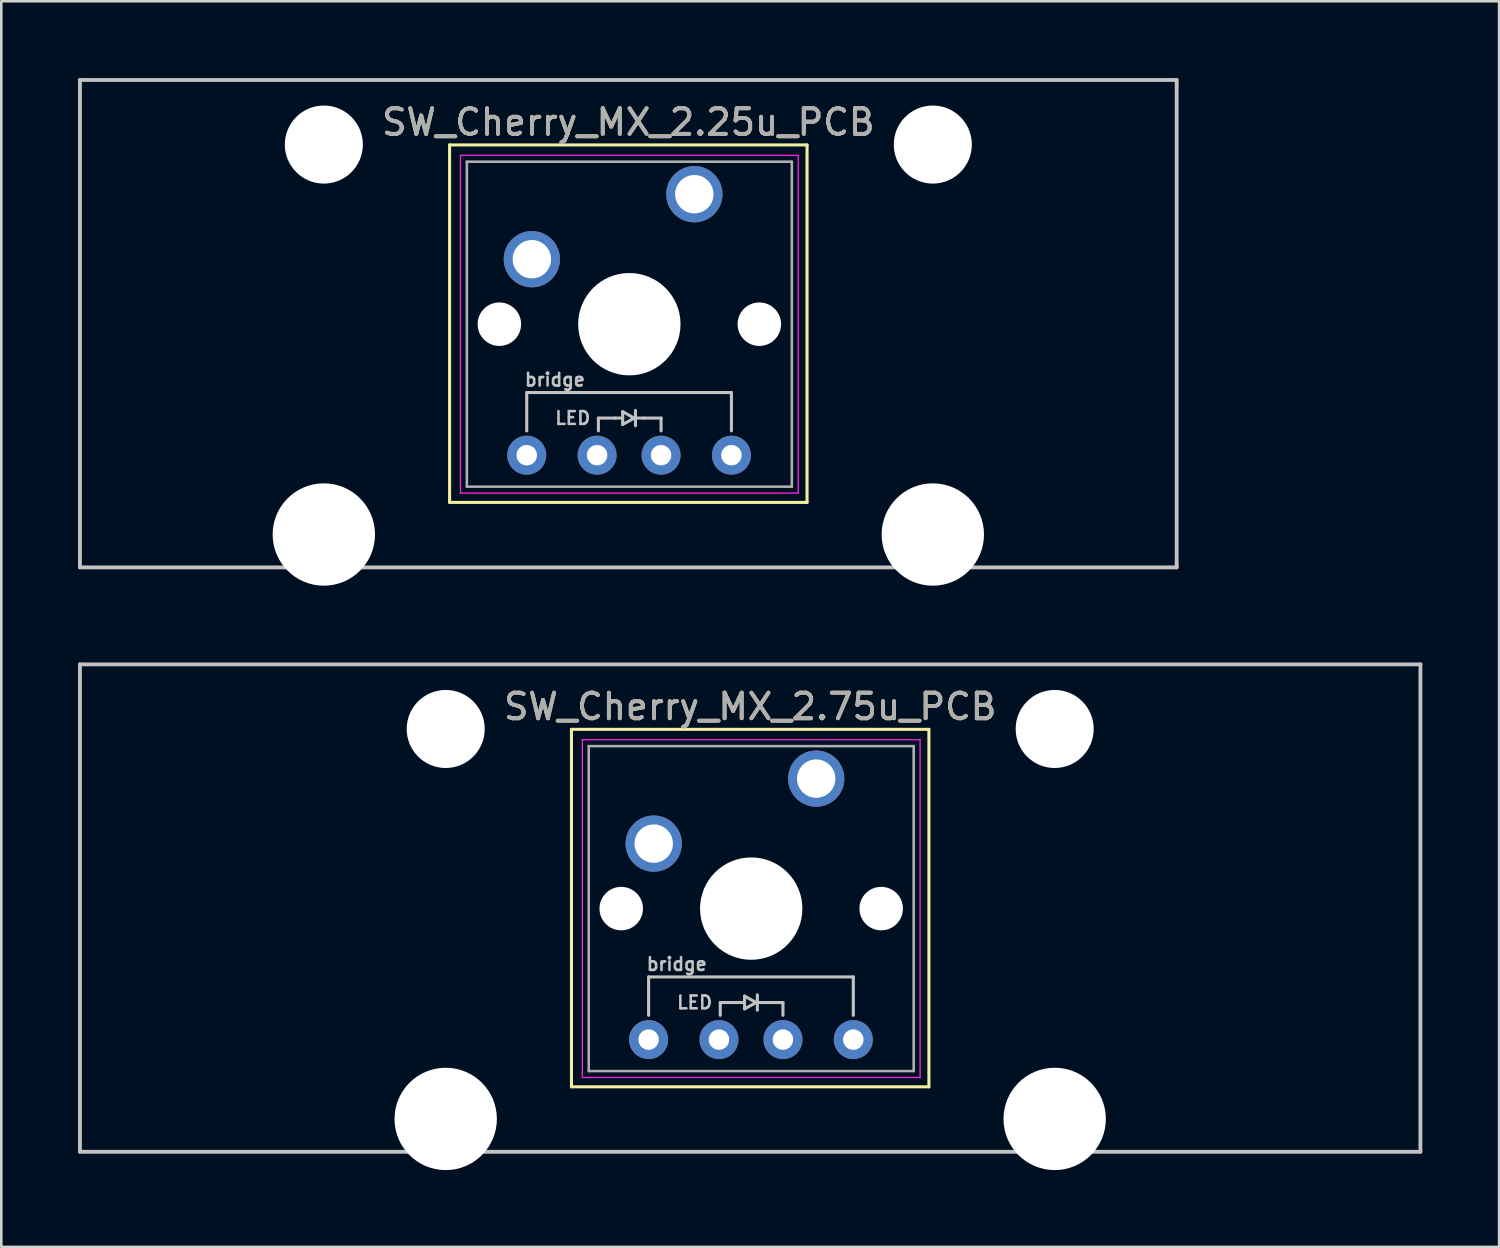
<source format=kicad_pcb>
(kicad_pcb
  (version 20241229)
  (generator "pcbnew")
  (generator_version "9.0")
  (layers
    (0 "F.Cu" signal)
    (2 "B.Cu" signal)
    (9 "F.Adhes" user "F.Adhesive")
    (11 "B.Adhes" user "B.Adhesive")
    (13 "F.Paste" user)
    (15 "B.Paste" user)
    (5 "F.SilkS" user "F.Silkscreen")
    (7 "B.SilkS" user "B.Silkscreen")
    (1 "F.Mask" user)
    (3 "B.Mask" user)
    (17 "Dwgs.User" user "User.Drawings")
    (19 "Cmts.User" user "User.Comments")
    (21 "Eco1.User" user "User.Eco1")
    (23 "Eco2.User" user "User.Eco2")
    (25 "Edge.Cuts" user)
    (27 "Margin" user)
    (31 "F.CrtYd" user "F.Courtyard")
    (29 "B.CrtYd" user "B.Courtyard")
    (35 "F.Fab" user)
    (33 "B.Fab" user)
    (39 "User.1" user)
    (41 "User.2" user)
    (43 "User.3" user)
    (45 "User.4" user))
  (footprint "SW_Cherry_MX_2.75u_PCB"
    (layer "F.Cu")
    (at 28.809 27.36)
    (property "Reference" "SW_Cherry_MX_2.75u_PCB" (at -2.54 -2.794 0) (layer "F.SilkS") (effects (font (size 1 1) (thickness 0.15))))
    (fp_line (start -9.525 -1.905) (end 4.445 -1.905) (stroke (width 0.12) (type solid)) (layer "F.SilkS"))
    (fp_line (start -9.525 12.065) (end -9.525 -1.905) (stroke (width 0.12) (type solid)) (layer "F.SilkS"))
    (fp_line (start 4.445 -1.905) (end 4.445 12.065) (stroke (width 0.12) (type solid)) (layer "F.SilkS"))
    (fp_line (start 4.445 12.065) (end -9.525 12.065) (stroke (width 0.12) (type solid)) (layer "F.SilkS"))
    (fp_line (start -28.734 -4.445) (end 23.654 -4.445) (stroke (width 0.15) (type solid)) (layer "Dwgs.User"))
    (fp_line (start -28.734 14.605) (end -28.734 -4.445) (stroke (width 0.15) (type solid)) (layer "Dwgs.User"))
    (fp_line (start -6.51 7.77) (end 1.49 7.77) (stroke (width 0.12) (type solid)) (layer "Dwgs.User"))
    (fp_line (start -6.51 9.27) (end -6.51 7.77) (stroke (width 0.12) (type solid)) (layer "Dwgs.User"))
    (fp_line (start -3.71 8.77) (end -3.71 9.27) (stroke (width 0.12) (type solid)) (layer "Dwgs.User"))
    (fp_line (start -3.06 8.77) (end -3.71 8.77) (stroke (width 0.12) (type solid)) (layer "Dwgs.User"))
    (fp_line (start -3.06 8.77) (end -2.76 8.77) (stroke (width 0.12) (type solid)) (layer "Dwgs.User"))
    (fp_line (start -2.76 8.52) (end -2.76 9.02) (stroke (width 0.12) (type solid)) (layer "Dwgs.User"))
    (fp_line (start -2.76 9.02) (end -2.31 8.77) (stroke (width 0.12) (type solid)) (layer "Dwgs.User"))
    (fp_line (start -2.31 8.77) (end -2.76 8.52) (stroke (width 0.12) (type solid)) (layer "Dwgs.User"))
    (fp_line (start -2.26 8.47) (end -2.26 9.07) (stroke (width 0.12) (type solid)) (layer "Dwgs.User"))
    (fp_line (start -2.26 8.77) (end -1.91 8.77) (stroke (width 0.12) (type solid)) (layer "Dwgs.User"))
    (fp_line (start -1.91 8.77) (end -1.26 8.77) (stroke (width 0.12) (type solid)) (layer "Dwgs.User"))
    (fp_line (start -1.26 8.77) (end -1.26 9.27) (stroke (width 0.12) (type solid)) (layer "Dwgs.User"))
    (fp_line (start 1.49 7.77) (end 1.49 9.27) (stroke (width 0.12) (type solid)) (layer "Dwgs.User"))
    (fp_line (start 23.654 -4.445) (end 23.654 14.605) (stroke (width 0.15) (type solid)) (layer "Dwgs.User"))
    (fp_line (start 23.654 14.605) (end -28.734 14.605) (stroke (width 0.15) (type solid)) (layer "Dwgs.User"))
    (fp_line (start -9.1 -1.5) (end 4.1 -1.5) (stroke (width 0.05) (type solid)) (layer "F.CrtYd"))
    (fp_line (start -9.1 11.7) (end -9.1 -1.5) (stroke (width 0.05) (type solid)) (layer "F.CrtYd"))
    (fp_line (start 4.1 -1.5) (end 4.1 11.7) (stroke (width 0.05) (type solid)) (layer "F.CrtYd"))
    (fp_line (start 4.1 11.7) (end -9.1 11.7) (stroke (width 0.05) (type solid)) (layer "F.CrtYd"))
    (fp_line (start -8.85 -1.25) (end 3.85 -1.25) (stroke (width 0.1) (type solid)) (layer "F.Fab"))
    (fp_line (start -8.85 11.45) (end -8.85 -1.25) (stroke (width 0.1) (type solid)) (layer "F.Fab"))
    (fp_line (start 3.85 -1.25) (end 3.85 11.45) (stroke (width 0.1) (type solid)) (layer "F.Fab"))
    (fp_line (start 3.85 11.45) (end -8.85 11.45) (stroke (width 0.1) (type solid)) (layer "F.Fab"))
    (fp_text user "LED" (at -4.71 8.77 0) (unlocked yes) (layer "Dwgs.User") (effects (font (size 0.5 0.5) (thickness 0.1))))
    (fp_text user "bridge" (at -5.41 7.27 0) (unlocked yes) (layer "Dwgs.User") (effects (font (size 0.5 0.5) (thickness 0.1))))
    (fp_text user "${REFERENCE}" (at -2.54 -2.794 0) (layer "F.Fab") (effects (font (size 1 1) (thickness 0.15))))
    (pad "" np_thru_hole circle (at -14.44 -1.92) (size 3.05 3.05) (drill 3.05) (layers "*.Cu" "*.Mask"))
    (pad "" np_thru_hole circle (at -14.44 13.32) (size 4 4) (drill 4) (layers "*.Cu" "*.Mask"))
    (pad "" np_thru_hole circle (at -7.58 5.1) (size 1.7 1.7) (drill 1.7) (layers "*.Cu" "*.Mask"))
    (pad "" np_thru_hole circle (at -2.5 5.1) (size 4 4) (drill 4) (layers "*.Cu" "*.Mask"))
    (pad "" np_thru_hole circle (at 2.58 5.1) (size 1.7 1.7) (drill 1.7) (layers "*.Cu" "*.Mask"))
    (pad "" np_thru_hole circle (at 9.36 -1.92) (size 3.05 3.05) (drill 3.05) (layers "*.Cu" "*.Mask"))
    (pad "" np_thru_hole circle (at 9.36 13.32) (size 4 4) (drill 4) (layers "*.Cu" "*.Mask"))
    (pad "1" thru_hole circle (at 0.04 0.02) (size 2.2 2.2) (drill 1.5) (layers "*.Cu" "*.Mask"))
    (pad "2" thru_hole circle (at -6.31 2.56) (size 2.2 2.2) (drill 1.5) (layers "*.Cu" "*.Mask"))
    (pad "3" thru_hole circle (at -6.51 10.22) (size 1.524 1.524) (drill 0.8) (layers "*.Cu" "*.Mask"))
    (pad "4" thru_hole circle (at -3.76 10.22) (size 1.524 1.524) (drill 0.8) (layers "*.Cu" "*.Mask"))
    (pad "5" thru_hole circle (at -1.26 10.22) (size 1.524 1.524) (drill 0.8) (layers "*.Cu" "*.Mask"))
    (pad "6" thru_hole circle (at 1.49 10.22) (size 1.524 1.524) (drill 0.8) (layers "*.Cu" "*.Mask")))
  (footprint "SW_Cherry_MX_2.25u_PCB"
    (layer "F.Cu")
    (at 24.046 4.52)
    (property "Reference" "SW_Cherry_MX_2.25u_PCB" (at -2.54 -2.794 0) (layer "F.SilkS") (effects (font (size 1 1) (thickness 0.15))))
    (fp_line (start -9.525 -1.905) (end 4.445 -1.905) (stroke (width 0.12) (type solid)) (layer "F.SilkS"))
    (fp_line (start -9.525 12.065) (end -9.525 -1.905) (stroke (width 0.12) (type solid)) (layer "F.SilkS"))
    (fp_line (start 4.445 -1.905) (end 4.445 12.065) (stroke (width 0.12) (type solid)) (layer "F.SilkS"))
    (fp_line (start 4.445 12.065) (end -9.525 12.065) (stroke (width 0.12) (type solid)) (layer "F.SilkS"))
    (fp_line (start -23.971 -4.445) (end 18.891 -4.445) (stroke (width 0.15) (type solid)) (layer "Dwgs.User"))
    (fp_line (start -23.971 14.605) (end -23.971 -4.445) (stroke (width 0.15) (type solid)) (layer "Dwgs.User"))
    (fp_line (start -6.51 7.77) (end 1.49 7.77) (stroke (width 0.12) (type solid)) (layer "Dwgs.User"))
    (fp_line (start -6.51 9.27) (end -6.51 7.77) (stroke (width 0.12) (type solid)) (layer "Dwgs.User"))
    (fp_line (start -3.71 8.77) (end -3.71 9.27) (stroke (width 0.12) (type solid)) (layer "Dwgs.User"))
    (fp_line (start -3.06 8.77) (end -3.71 8.77) (stroke (width 0.12) (type solid)) (layer "Dwgs.User"))
    (fp_line (start -3.06 8.77) (end -2.76 8.77) (stroke (width 0.12) (type solid)) (layer "Dwgs.User"))
    (fp_line (start -2.76 8.52) (end -2.76 9.02) (stroke (width 0.12) (type solid)) (layer "Dwgs.User"))
    (fp_line (start -2.76 9.02) (end -2.31 8.77) (stroke (width 0.12) (type solid)) (layer "Dwgs.User"))
    (fp_line (start -2.31 8.77) (end -2.76 8.52) (stroke (width 0.12) (type solid)) (layer "Dwgs.User"))
    (fp_line (start -2.26 8.47) (end -2.26 9.07) (stroke (width 0.12) (type solid)) (layer "Dwgs.User"))
    (fp_line (start -2.26 8.77) (end -1.91 8.77) (stroke (width 0.12) (type solid)) (layer "Dwgs.User"))
    (fp_line (start -1.91 8.77) (end -1.26 8.77) (stroke (width 0.12) (type solid)) (layer "Dwgs.User"))
    (fp_line (start -1.26 8.77) (end -1.26 9.27) (stroke (width 0.12) (type solid)) (layer "Dwgs.User"))
    (fp_line (start 1.49 7.77) (end 1.49 9.27) (stroke (width 0.12) (type solid)) (layer "Dwgs.User"))
    (fp_line (start 18.891 -4.445) (end 18.891 14.605) (stroke (width 0.15) (type solid)) (layer "Dwgs.User"))
    (fp_line (start 18.891 14.605) (end -23.971 14.605) (stroke (width 0.15) (type solid)) (layer "Dwgs.User"))
    (fp_line (start -9.1 -1.5) (end 4.1 -1.5) (stroke (width 0.05) (type solid)) (layer "F.CrtYd"))
    (fp_line (start -9.1 11.7) (end -9.1 -1.5) (stroke (width 0.05) (type solid)) (layer "F.CrtYd"))
    (fp_line (start 4.1 -1.5) (end 4.1 11.7) (stroke (width 0.05) (type solid)) (layer "F.CrtYd"))
    (fp_line (start 4.1 11.7) (end -9.1 11.7) (stroke (width 0.05) (type solid)) (layer "F.CrtYd"))
    (fp_line (start -8.85 -1.25) (end 3.85 -1.25) (stroke (width 0.1) (type solid)) (layer "F.Fab"))
    (fp_line (start -8.85 11.45) (end -8.85 -1.25) (stroke (width 0.1) (type solid)) (layer "F.Fab"))
    (fp_line (start 3.85 -1.25) (end 3.85 11.45) (stroke (width 0.1) (type solid)) (layer "F.Fab"))
    (fp_line (start 3.85 11.45) (end -8.85 11.45) (stroke (width 0.1) (type solid)) (layer "F.Fab"))
    (fp_text user "bridge" (at -5.41 7.27 0) (unlocked yes) (layer "Dwgs.User") (effects (font (size 0.5 0.5) (thickness 0.1))))
    (fp_text user "LED" (at -4.71 8.77 0) (unlocked yes) (layer "Dwgs.User") (effects (font (size 0.5 0.5) (thickness 0.1))))
    (fp_text user "${REFERENCE}" (at -2.54 -2.794 0) (layer "F.Fab") (effects (font (size 1 1) (thickness 0.15))))
    (pad "" np_thru_hole circle (at -14.44 -1.92) (size 3.05 3.05) (drill 3.05) (layers "*.Cu" "*.Mask"))
    (pad "" np_thru_hole circle (at -14.44 13.32) (size 4 4) (drill 4) (layers "*.Cu" "*.Mask"))
    (pad "" np_thru_hole circle (at -7.58 5.1) (size 1.7 1.7) (drill 1.7) (layers "*.Cu" "*.Mask"))
    (pad "" np_thru_hole circle (at -2.5 5.1) (size 4 4) (drill 4) (layers "*.Cu" "*.Mask"))
    (pad "" np_thru_hole circle (at 2.58 5.1) (size 1.7 1.7) (drill 1.7) (layers "*.Cu" "*.Mask"))
    (pad "" np_thru_hole circle (at 9.36 -1.92) (size 3.05 3.05) (drill 3.05) (layers "*.Cu" "*.Mask"))
    (pad "" np_thru_hole circle (at 9.36 13.32) (size 4 4) (drill 4) (layers "*.Cu" "*.Mask"))
    (pad "1" thru_hole circle (at 0.04 0.02) (size 2.2 2.2) (drill 1.5) (layers "*.Cu" "*.Mask"))
    (pad "2" thru_hole circle (at -6.31 2.56) (size 2.2 2.2) (drill 1.5) (layers "*.Cu" "*.Mask"))
    (pad "3" thru_hole circle (at -6.51 10.22) (size 1.524 1.524) (drill 0.8) (layers "*.Cu" "*.Mask"))
    (pad "4" thru_hole circle (at -3.76 10.22) (size 1.524 1.524) (drill 0.8) (layers "*.Cu" "*.Mask"))
    (pad "5" thru_hole circle (at -1.26 10.22) (size 1.524 1.524) (drill 0.8) (layers "*.Cu" "*.Mask"))
    (pad "6" thru_hole circle (at 1.49 10.22) (size 1.524 1.524) (drill 0.8) (layers "*.Cu" "*.Mask")))
  (gr_rect
    (start -3 -3)
    (end 55.538 45.68)
    (stroke (width 0.1) (type default))
    (fill no)
    (layer "Edge.Cuts")))
</source>
